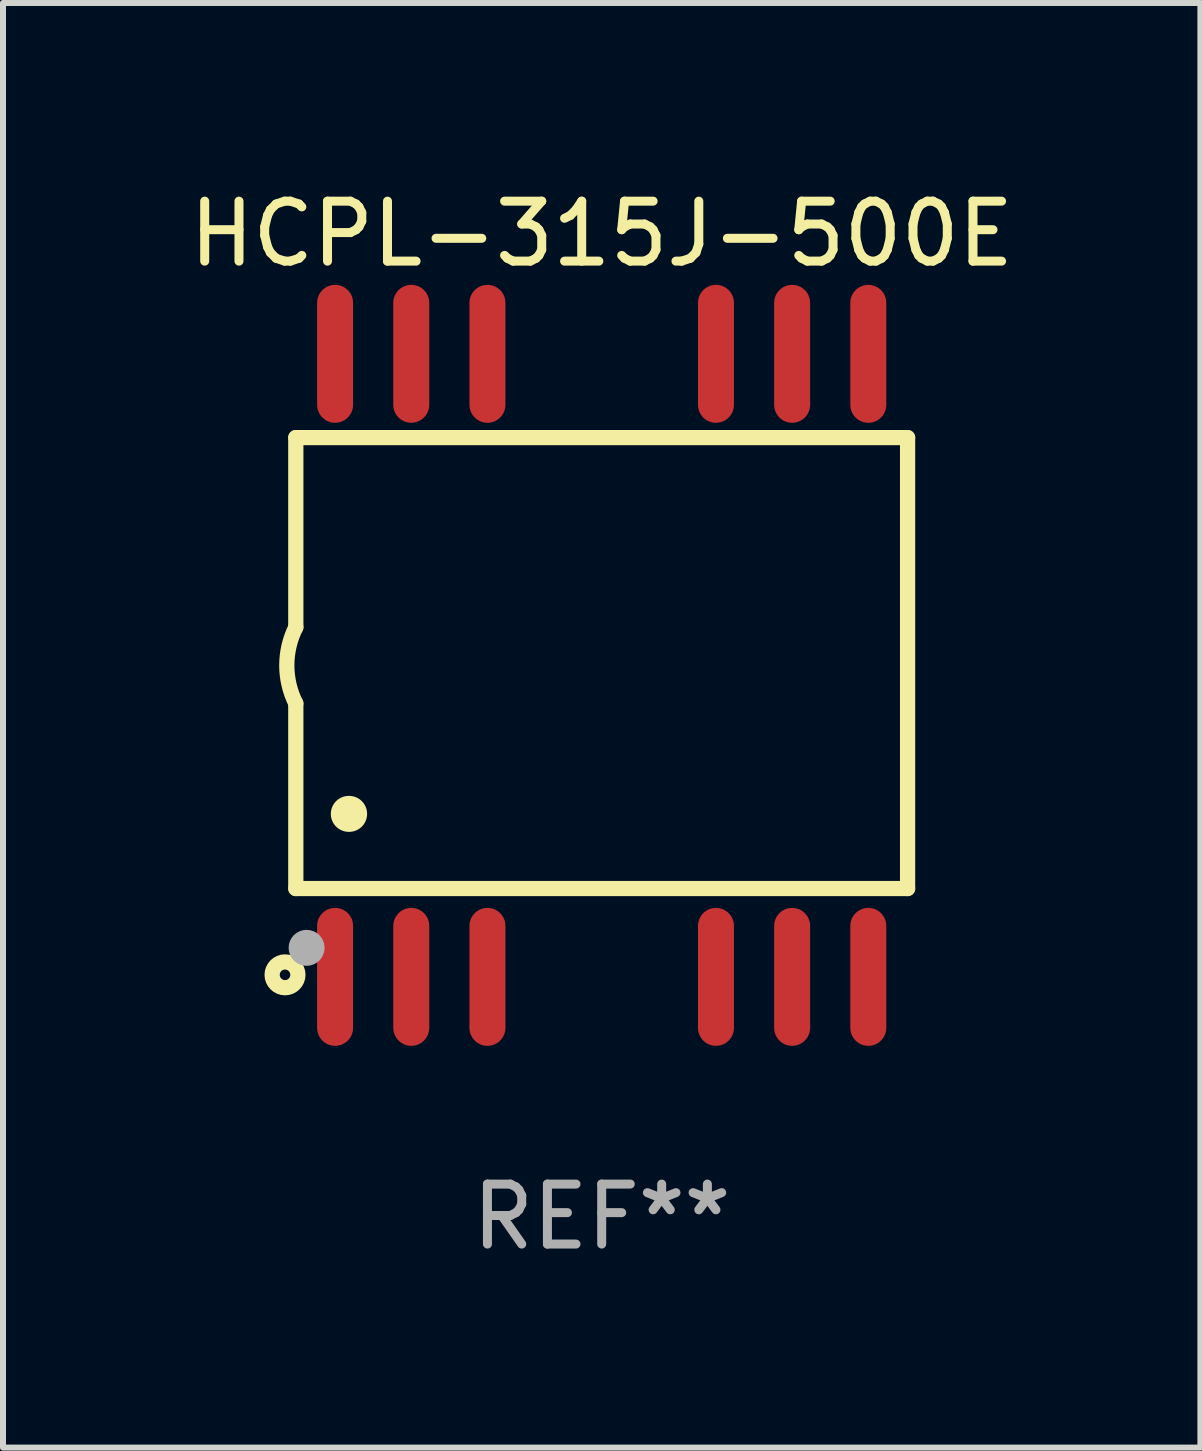
<source format=kicad_pcb>
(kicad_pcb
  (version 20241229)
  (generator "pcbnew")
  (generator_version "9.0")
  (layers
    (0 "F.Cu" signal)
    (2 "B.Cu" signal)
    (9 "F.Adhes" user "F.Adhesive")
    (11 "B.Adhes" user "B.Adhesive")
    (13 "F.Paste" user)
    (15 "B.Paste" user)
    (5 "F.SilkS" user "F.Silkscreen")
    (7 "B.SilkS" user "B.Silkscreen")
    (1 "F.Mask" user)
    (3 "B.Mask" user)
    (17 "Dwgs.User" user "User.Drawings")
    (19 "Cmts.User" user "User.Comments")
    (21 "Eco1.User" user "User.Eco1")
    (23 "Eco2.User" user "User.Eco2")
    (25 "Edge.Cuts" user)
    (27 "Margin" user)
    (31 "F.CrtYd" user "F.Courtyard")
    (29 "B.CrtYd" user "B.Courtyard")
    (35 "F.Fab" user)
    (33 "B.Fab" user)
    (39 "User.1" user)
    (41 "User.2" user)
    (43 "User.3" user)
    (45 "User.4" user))
  (footprint "HCPL-315J-500E"
    (layer "F.Cu")
    (at 6.982 8.043)
    (property "Reference" "HCPL-315J-500E" (at 0 -7.194 0) (layer "F.SilkS") (effects (font (size 1 1) (thickness 0.15))))
    (attr through_hole)
    (fp_line (start -5.1 -3.797) (end -5.1 -0.635) (stroke (width 0.254) (type solid)) (layer "F.SilkS"))
    (fp_line (start -5.1 3.721) (end -5.1 0.635) (stroke (width 0.254) (type solid)) (layer "F.SilkS"))
    (fp_line (start -5.1 3.721) (end 5.1 3.721) (stroke (width 0.254) (type solid)) (layer "F.SilkS"))
    (fp_line (start 5.1 -3.797) (end -5.1 -3.797) (stroke (width 0.254) (type solid)) (layer "F.SilkS"))
    (fp_line (start 5.1 3.721) (end 5.1 -3.797) (stroke (width 0.254) (type solid)) (layer "F.SilkS"))
    (fp_arc (start -5.10033 0.635001) (mid -5.250147 -0.00003) (end -5.100076 -0.635001) (stroke (width 0.254001) (type solid)) (layer "F.SilkS"))
    (fp_arc (start -4.216408 2.476505) (mid -4.213868 2.476494) (end -4.211328 2.476505) (stroke (width 0.6) (type solid)) (layer "F.SilkS"))
    (fp_circle (center -5.28 5.16) (end -5.065 5.16) (stroke (width 0.254) (type solid)) (fill no) (layer "F.SilkS"))
    (fp_circle (center -5.15 5.3) (end -5.12 5.3) (stroke (width 0.06) (type solid)) (fill no) (layer "F.SilkS"))
    (fp_circle (center -4.92 4.71) (end -4.77 4.71) (stroke (width 0.3) (type solid)) (fill no) (layer "F.Fab"))
    (fp_text user "REF**" (at 0 9.194 0) (layer "F.Fab") (effects (font (size 1 1) (thickness 0.15))))
    (pad "1" smd oval (at -4.445 5.194 180) (size 0.6 2.3) (layers "F.Cu" "F.Mask" "F.Paste"))
    (pad "2" smd oval (at -3.175 5.194 180) (size 0.6 2.3) (layers "F.Cu" "F.Mask" "F.Paste"))
    (pad "3" smd oval (at -1.905 5.194 180) (size 0.6 2.3) (layers "F.Cu" "F.Mask" "F.Paste"))
    (pad "6" smd oval (at 1.905 5.194 180) (size 0.6 2.3) (layers "F.Cu" "F.Mask" "F.Paste"))
    (pad "7" smd oval (at 3.175 5.194 180) (size 0.6 2.3) (layers "F.Cu" "F.Mask" "F.Paste"))
    (pad "8" smd oval (at 4.445 5.194 180) (size 0.6 2.3) (layers "F.Cu" "F.Mask" "F.Paste"))
    (pad "9" smd oval (at 4.445 -5.194 180) (size 0.6 2.3) (layers "F.Cu" "F.Mask" "F.Paste"))
    (pad "10" smd oval (at 3.175 -5.194 180) (size 0.6 2.3) (layers "F.Cu" "F.Mask" "F.Paste"))
    (pad "11" smd oval (at 1.905 -5.194 180) (size 0.6 2.3) (layers "F.Cu" "F.Mask" "F.Paste"))
    (pad "14" smd oval (at -1.905 -5.194 180) (size 0.6 2.3) (layers "F.Cu" "F.Mask" "F.Paste"))
    (pad "15" smd oval (at -3.175 -5.194 180) (size 0.6 2.3) (layers "F.Cu" "F.Mask" "F.Paste"))
    (pad "16" smd oval (at -4.445 -5.194 180) (size 0.6 2.3) (layers "F.Cu" "F.Mask" "F.Paste")))
  (gr_rect
    (start -3 -3)
    (end 16.964 21.085)
    (stroke (width 0.1) (type default))
    (fill no)
    (layer "Edge.Cuts")))
</source>
